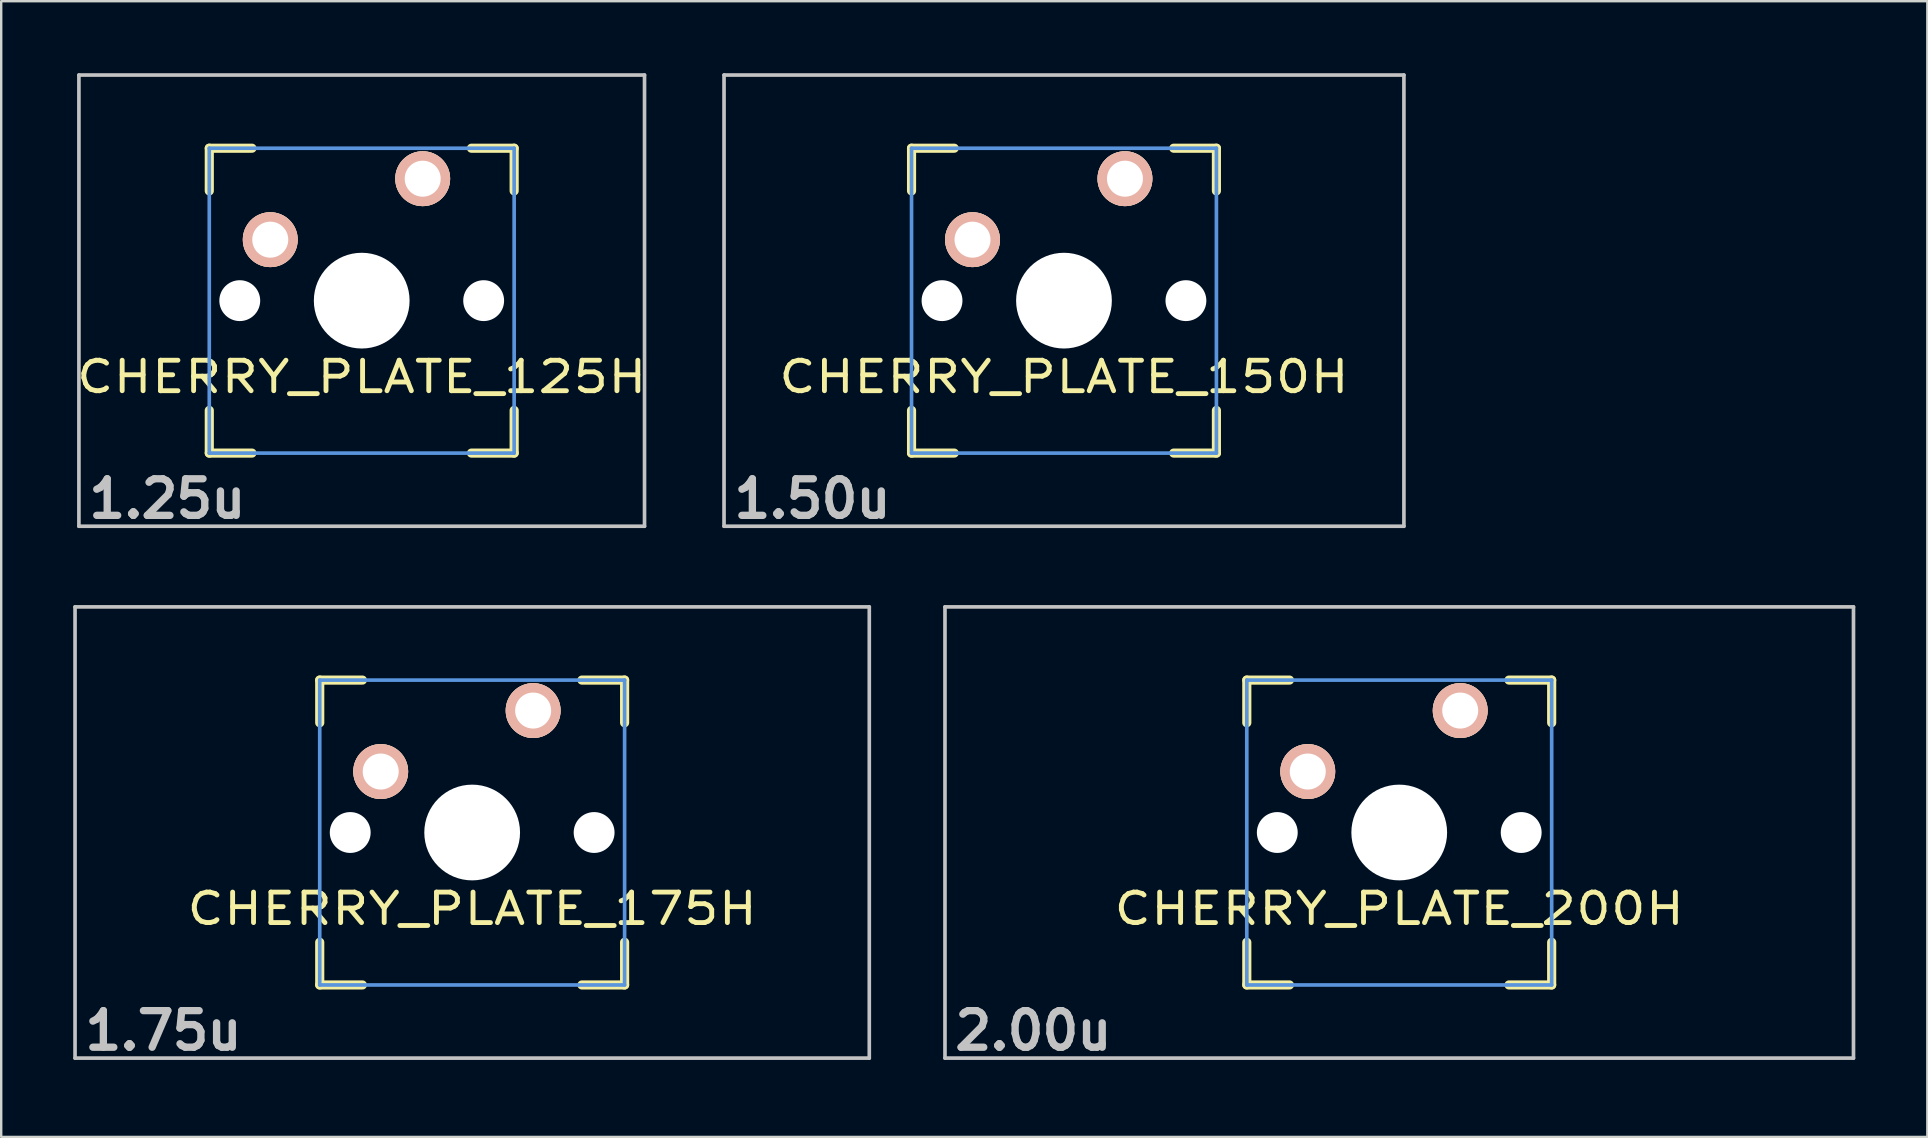
<source format=kicad_pcb>
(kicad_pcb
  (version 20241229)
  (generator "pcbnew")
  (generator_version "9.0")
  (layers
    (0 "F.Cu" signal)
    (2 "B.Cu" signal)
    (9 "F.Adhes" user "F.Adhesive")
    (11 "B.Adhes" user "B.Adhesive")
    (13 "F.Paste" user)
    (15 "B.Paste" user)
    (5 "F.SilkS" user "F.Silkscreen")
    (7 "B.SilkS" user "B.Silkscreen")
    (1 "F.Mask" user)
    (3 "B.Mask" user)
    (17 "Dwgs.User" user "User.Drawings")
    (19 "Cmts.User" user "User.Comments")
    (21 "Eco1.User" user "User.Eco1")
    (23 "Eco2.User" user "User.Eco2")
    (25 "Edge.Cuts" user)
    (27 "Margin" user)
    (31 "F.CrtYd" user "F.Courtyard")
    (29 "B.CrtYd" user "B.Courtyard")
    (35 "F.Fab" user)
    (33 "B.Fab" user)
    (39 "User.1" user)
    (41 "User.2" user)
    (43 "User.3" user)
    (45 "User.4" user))
  (footprint "CHERRY_PLATE_150H"
    (layer "F.Cu")
    (at 41.272 9.474)
    (property "Reference" "CHERRY_PLATE_150H" (at 0 3.175 0) (layer "F.SilkS") (effects (font (size 1.27 1.524) (thickness 0.203))))
    (attr through_hole)
    (fp_line (start -6.35 -6.35) (end -4.572 -6.35) (stroke (width 0.381) (type solid)) (layer "F.SilkS"))
    (fp_line (start -6.35 -4.572) (end -6.35 -6.35) (stroke (width 0.381) (type solid)) (layer "F.SilkS"))
    (fp_line (start -6.35 6.35) (end -6.35 4.572) (stroke (width 0.381) (type solid)) (layer "F.SilkS"))
    (fp_line (start -4.572 6.35) (end -6.35 6.35) (stroke (width 0.381) (type solid)) (layer "F.SilkS"))
    (fp_line (start 4.572 -6.35) (end 6.35 -6.35) (stroke (width 0.381) (type solid)) (layer "F.SilkS"))
    (fp_line (start 6.35 -6.35) (end 6.35 -4.572) (stroke (width 0.381) (type solid)) (layer "F.SilkS"))
    (fp_line (start 6.35 4.572) (end 6.35 6.35) (stroke (width 0.381) (type solid)) (layer "F.SilkS"))
    (fp_line (start 6.35 6.35) (end 4.572 6.35) (stroke (width 0.381) (type solid)) (layer "F.SilkS"))
    (fp_line (start -14.161 -9.398) (end 14.161 -9.398) (stroke (width 0.152) (type solid)) (layer "Dwgs.User"))
    (fp_line (start -14.161 9.398) (end -14.161 -9.398) (stroke (width 0.152) (type solid)) (layer "Dwgs.User"))
    (fp_line (start 14.161 -9.398) (end 14.161 9.398) (stroke (width 0.152) (type solid)) (layer "Dwgs.User"))
    (fp_line (start 14.161 9.398) (end -14.161 9.398) (stroke (width 0.152) (type solid)) (layer "Dwgs.User"))
    (fp_line (start -6.35 -6.35) (end 6.35 -6.35) (stroke (width 0.152) (type solid)) (layer "Cmts.User"))
    (fp_line (start -6.35 6.35) (end -6.35 -6.35) (stroke (width 0.152) (type solid)) (layer "Cmts.User"))
    (fp_line (start 6.35 -6.35) (end 6.35 6.35) (stroke (width 0.152) (type solid)) (layer "Cmts.User"))
    (fp_line (start 6.35 6.35) (end -6.35 6.35) (stroke (width 0.152) (type solid)) (layer "Cmts.User"))
    (fp_text user "1.50u" (at -10.477 8.255 0) (layer "Dwgs.User") (effects (font (size 1.524 1.524) (thickness 0.305))))
    (pad "" np_thru_hole circle (at -5.08 0) (size 1.702 1.702) (drill 1.702) (layers "*.Cu"))
    (pad "" np_thru_hole circle (at 0 0) (size 3.988 3.988) (drill 3.988) (layers "*.Cu"))
    (pad "" np_thru_hole circle (at 5.08 0) (size 1.702 1.702) (drill 1.702) (layers "*.Cu"))
    (pad "1" thru_hole circle (at 2.54 -5.08) (size 2.286 2.286) (drill 1.499) (layers "*.Cu" "*.SilkS" "*.Mask"))
    (pad "2" thru_hole circle (at -3.81 -2.54) (size 2.286 2.286) (drill 1.499) (layers "*.Cu" "*.SilkS" "*.Mask")))
  (footprint "CHERRY_PLATE_175H"
    (layer "F.Cu")
    (at 16.619 31.63)
    (property "Reference" "CHERRY_PLATE_175H" (at 0 3.175 0) (layer "F.SilkS") (effects (font (size 1.27 1.524) (thickness 0.203))))
    (attr through_hole)
    (fp_line (start -6.35 -6.35) (end -4.572 -6.35) (stroke (width 0.381) (type solid)) (layer "F.SilkS"))
    (fp_line (start -6.35 -4.572) (end -6.35 -6.35) (stroke (width 0.381) (type solid)) (layer "F.SilkS"))
    (fp_line (start -6.35 6.35) (end -6.35 4.572) (stroke (width 0.381) (type solid)) (layer "F.SilkS"))
    (fp_line (start -4.572 6.35) (end -6.35 6.35) (stroke (width 0.381) (type solid)) (layer "F.SilkS"))
    (fp_line (start 4.572 -6.35) (end 6.35 -6.35) (stroke (width 0.381) (type solid)) (layer "F.SilkS"))
    (fp_line (start 6.35 -6.35) (end 6.35 -4.572) (stroke (width 0.381) (type solid)) (layer "F.SilkS"))
    (fp_line (start 6.35 4.572) (end 6.35 6.35) (stroke (width 0.381) (type solid)) (layer "F.SilkS"))
    (fp_line (start 6.35 6.35) (end 4.572 6.35) (stroke (width 0.381) (type solid)) (layer "F.SilkS"))
    (fp_line (start -16.543 -9.398) (end 16.543 -9.398) (stroke (width 0.152) (type solid)) (layer "Dwgs.User"))
    (fp_line (start -16.543 9.398) (end -16.543 -9.398) (stroke (width 0.152) (type solid)) (layer "Dwgs.User"))
    (fp_line (start 16.543 -9.398) (end 16.543 9.398) (stroke (width 0.152) (type solid)) (layer "Dwgs.User"))
    (fp_line (start 16.543 9.398) (end -16.543 9.398) (stroke (width 0.152) (type solid)) (layer "Dwgs.User"))
    (fp_line (start -6.35 -6.35) (end 6.35 -6.35) (stroke (width 0.152) (type solid)) (layer "Cmts.User"))
    (fp_line (start -6.35 6.35) (end -6.35 -6.35) (stroke (width 0.152) (type solid)) (layer "Cmts.User"))
    (fp_line (start 6.35 -6.35) (end 6.35 6.35) (stroke (width 0.152) (type solid)) (layer "Cmts.User"))
    (fp_line (start 6.35 6.35) (end -6.35 6.35) (stroke (width 0.152) (type solid)) (layer "Cmts.User"))
    (fp_text user "1.75u" (at -12.86 8.255 0) (layer "Dwgs.User") (effects (font (size 1.524 1.524) (thickness 0.305))))
    (pad "" np_thru_hole circle (at -5.08 0) (size 1.702 1.702) (drill 1.702) (layers "*.Cu"))
    (pad "" np_thru_hole circle (at 0 0) (size 3.988 3.988) (drill 3.988) (layers "*.Cu"))
    (pad "" np_thru_hole circle (at 5.08 0) (size 1.702 1.702) (drill 1.702) (layers "*.Cu"))
    (pad "1" thru_hole circle (at 2.54 -5.08) (size 2.286 2.286) (drill 1.499) (layers "*.Cu" "*.SilkS" "*.Mask"))
    (pad "2" thru_hole circle (at -3.81 -2.54) (size 2.286 2.286) (drill 1.499) (layers "*.Cu" "*.SilkS" "*.Mask")))
  (footprint "CHERRY_PLATE_200H"
    (layer "F.Cu")
    (at 55.238 31.63)
    (property "Reference" "CHERRY_PLATE_200H" (at 0 3.175 0) (layer "F.SilkS") (effects (font (size 1.27 1.524) (thickness 0.203))))
    (attr through_hole)
    (fp_line (start -6.35 -6.35) (end -4.572 -6.35) (stroke (width 0.381) (type solid)) (layer "F.SilkS"))
    (fp_line (start -6.35 -4.572) (end -6.35 -6.35) (stroke (width 0.381) (type solid)) (layer "F.SilkS"))
    (fp_line (start -6.35 6.35) (end -6.35 4.572) (stroke (width 0.381) (type solid)) (layer "F.SilkS"))
    (fp_line (start -4.572 6.35) (end -6.35 6.35) (stroke (width 0.381) (type solid)) (layer "F.SilkS"))
    (fp_line (start 4.572 -6.35) (end 6.35 -6.35) (stroke (width 0.381) (type solid)) (layer "F.SilkS"))
    (fp_line (start 6.35 -6.35) (end 6.35 -4.572) (stroke (width 0.381) (type solid)) (layer "F.SilkS"))
    (fp_line (start 6.35 4.572) (end 6.35 6.35) (stroke (width 0.381) (type solid)) (layer "F.SilkS"))
    (fp_line (start 6.35 6.35) (end 4.572 6.35) (stroke (width 0.381) (type solid)) (layer "F.SilkS"))
    (fp_line (start -18.923 -9.398) (end 18.923 -9.398) (stroke (width 0.152) (type solid)) (layer "Dwgs.User"))
    (fp_line (start -18.923 9.398) (end -18.923 -9.398) (stroke (width 0.152) (type solid)) (layer "Dwgs.User"))
    (fp_line (start 18.923 -9.398) (end 18.923 9.398) (stroke (width 0.152) (type solid)) (layer "Dwgs.User"))
    (fp_line (start 18.923 9.398) (end -18.923 9.398) (stroke (width 0.152) (type solid)) (layer "Dwgs.User"))
    (fp_line (start -6.35 -6.35) (end 6.35 -6.35) (stroke (width 0.152) (type solid)) (layer "Cmts.User"))
    (fp_line (start -6.35 6.35) (end -6.35 -6.35) (stroke (width 0.152) (type solid)) (layer "Cmts.User"))
    (fp_line (start 6.35 -6.35) (end 6.35 6.35) (stroke (width 0.152) (type solid)) (layer "Cmts.User"))
    (fp_line (start 6.35 6.35) (end -6.35 6.35) (stroke (width 0.152) (type solid)) (layer "Cmts.User"))
    (fp_text user "2.00u" (at -15.24 8.255 0) (layer "Dwgs.User") (effects (font (size 1.524 1.524) (thickness 0.305))))
    (pad "" np_thru_hole circle (at -5.08 0) (size 1.702 1.702) (drill 1.702) (layers "*.Cu"))
    (pad "" np_thru_hole circle (at 0 0) (size 3.988 3.988) (drill 3.988) (layers "*.Cu"))
    (pad "" np_thru_hole circle (at 5.08 0) (size 1.702 1.702) (drill 1.702) (layers "*.Cu"))
    (pad "1" thru_hole circle (at 2.54 -5.08) (size 2.286 2.286) (drill 1.499) (layers "*.Cu" "*.SilkS" "*.Mask"))
    (pad "2" thru_hole circle (at -3.81 -2.54) (size 2.286 2.286) (drill 1.499) (layers "*.Cu" "*.SilkS" "*.Mask")))
  (footprint "CHERRY_PLATE_125H"
    (layer "F.Cu")
    (at 12.018 9.474)
    (property "Reference" "CHERRY_PLATE_125H" (at 0 3.175 0) (layer "F.SilkS") (effects (font (size 1.27 1.524) (thickness 0.203))))
    (attr through_hole)
    (fp_line (start -6.35 -6.35) (end -4.572 -6.35) (stroke (width 0.381) (type solid)) (layer "F.SilkS"))
    (fp_line (start -6.35 -4.572) (end -6.35 -6.35) (stroke (width 0.381) (type solid)) (layer "F.SilkS"))
    (fp_line (start -6.35 6.35) (end -6.35 4.572) (stroke (width 0.381) (type solid)) (layer "F.SilkS"))
    (fp_line (start -4.572 6.35) (end -6.35 6.35) (stroke (width 0.381) (type solid)) (layer "F.SilkS"))
    (fp_line (start 4.572 -6.35) (end 6.35 -6.35) (stroke (width 0.381) (type solid)) (layer "F.SilkS"))
    (fp_line (start 6.35 -6.35) (end 6.35 -4.572) (stroke (width 0.381) (type solid)) (layer "F.SilkS"))
    (fp_line (start 6.35 4.572) (end 6.35 6.35) (stroke (width 0.381) (type solid)) (layer "F.SilkS"))
    (fp_line (start 6.35 6.35) (end 4.572 6.35) (stroke (width 0.381) (type solid)) (layer "F.SilkS"))
    (fp_line (start -11.781 -9.398) (end 11.781 -9.398) (stroke (width 0.152) (type solid)) (layer "Dwgs.User"))
    (fp_line (start -11.781 9.398) (end -11.781 -9.398) (stroke (width 0.152) (type solid)) (layer "Dwgs.User"))
    (fp_line (start 11.781 -9.398) (end 11.781 9.398) (stroke (width 0.152) (type solid)) (layer "Dwgs.User"))
    (fp_line (start 11.781 9.398) (end -11.781 9.398) (stroke (width 0.152) (type solid)) (layer "Dwgs.User"))
    (fp_line (start -6.35 -6.35) (end 6.35 -6.35) (stroke (width 0.152) (type solid)) (layer "Cmts.User"))
    (fp_line (start -6.35 6.35) (end -6.35 -6.35) (stroke (width 0.152) (type solid)) (layer "Cmts.User"))
    (fp_line (start 6.35 -6.35) (end 6.35 6.35) (stroke (width 0.152) (type solid)) (layer "Cmts.User"))
    (fp_line (start 6.35 6.35) (end -6.35 6.35) (stroke (width 0.152) (type solid)) (layer "Cmts.User"))
    (fp_text user "1.25u" (at -8.098 8.255 0) (layer "Dwgs.User") (effects (font (size 1.524 1.524) (thickness 0.305))))
    (pad "" np_thru_hole circle (at -5.08 0) (size 1.702 1.702) (drill 1.702) (layers "*.Cu"))
    (pad "" np_thru_hole circle (at 0 0) (size 3.988 3.988) (drill 3.988) (layers "*.Cu"))
    (pad "" np_thru_hole circle (at 5.08 0) (size 1.702 1.702) (drill 1.702) (layers "*.Cu"))
    (pad "1" thru_hole circle (at 2.54 -5.08) (size 2.286 2.286) (drill 1.499) (layers "*.Cu" "*.SilkS" "*.Mask"))
    (pad "2" thru_hole circle (at -3.81 -2.54) (size 2.286 2.286) (drill 1.499) (layers "*.Cu" "*.SilkS" "*.Mask")))
  (gr_rect
    (start -3 -3)
    (end 77.237 44.311)
    (stroke (width 0.1) (type default))
    (fill no)
    (layer "Edge.Cuts")))
</source>
